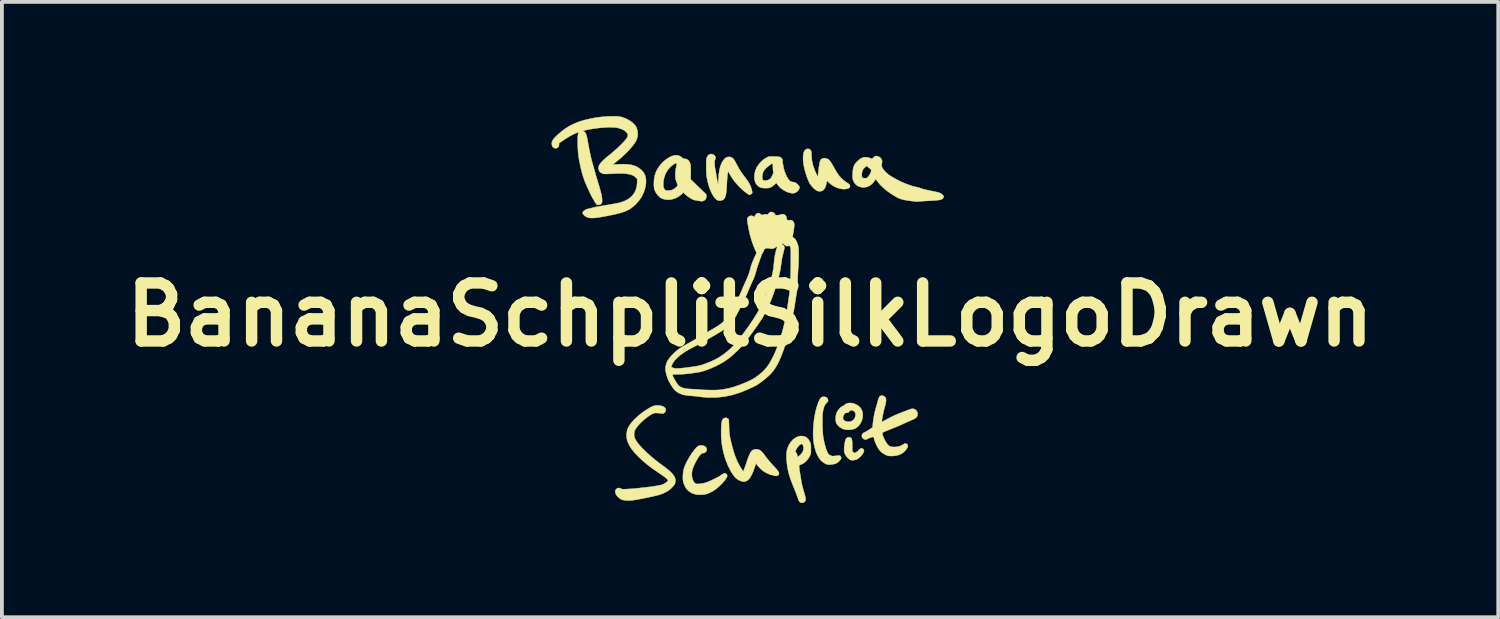
<source format=kicad_pcb>
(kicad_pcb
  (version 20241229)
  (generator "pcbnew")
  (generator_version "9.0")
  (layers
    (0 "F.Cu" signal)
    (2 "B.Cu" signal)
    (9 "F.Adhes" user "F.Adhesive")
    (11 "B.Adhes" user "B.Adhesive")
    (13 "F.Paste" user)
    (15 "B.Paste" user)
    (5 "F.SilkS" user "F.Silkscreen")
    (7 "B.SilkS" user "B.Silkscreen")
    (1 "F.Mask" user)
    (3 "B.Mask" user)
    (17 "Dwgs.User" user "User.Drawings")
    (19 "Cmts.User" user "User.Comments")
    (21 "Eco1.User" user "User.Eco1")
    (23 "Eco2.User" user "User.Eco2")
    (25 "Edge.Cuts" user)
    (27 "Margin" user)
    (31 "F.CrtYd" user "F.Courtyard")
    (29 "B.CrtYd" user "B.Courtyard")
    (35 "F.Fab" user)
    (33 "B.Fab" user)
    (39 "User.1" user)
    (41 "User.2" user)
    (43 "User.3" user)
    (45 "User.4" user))
  (footprint "BananaSchplitSilkLogoDrawn"
    (layer "F.Cu")
    (at 16.662 5.221)
    (property "Reference" "BananaSchplitSilkLogoDrawn" (at 0 0 0) (layer "F.SilkS") (effects (font (size 1.524 1.524) (thickness 0.3))))
    (attr through_hole)
    (fp_poly (pts (xy 2.622 3.223) (xy 2.646 3.231) (xy 2.664 3.248) (xy 2.675 3.276) (xy 2.682 3.318) (xy 2.686 3.375) (xy 2.687 3.437) (xy 2.687 3.588) (xy 2.716 3.613) (xy 2.744 3.637) (xy 2.782 3.618) (xy 2.811 3.599) (xy 2.843 3.572) (xy 2.857 3.558) (xy 2.883 3.533) (xy 2.906 3.515) (xy 2.917 3.51) (xy 2.943 3.511) (xy 2.97 3.526) (xy 2.989 3.551) (xy 2.995 3.571) (xy 2.991 3.6) (xy 2.972 3.637) (xy 2.944 3.678) (xy 2.909 3.719) (xy 2.87 3.757) (xy 2.831 3.787) (xy 2.796 3.806) (xy 2.788 3.809) (xy 2.733 3.821) (xy 2.693 3.827) (xy 2.661 3.824) (xy 2.632 3.814) (xy 2.61 3.801) (xy 2.558 3.757) (xy 2.514 3.697) (xy 2.484 3.635) (xy 2.476 3.608) (xy 2.472 3.579) (xy 2.471 3.542) (xy 2.474 3.496) (xy 2.48 3.436) (xy 2.49 3.36) (xy 2.491 3.358) (xy 2.504 3.297) (xy 2.524 3.255) (xy 2.552 3.229) (xy 2.589 3.221) (xy 2.591 3.221) (xy 2.622 3.223)) (stroke (width 0.01) (type solid)) (fill yes) (layer "F.SilkS"))
    (fp_poly (pts (xy 2.725 2.333) (xy 2.791 2.36) (xy 2.85 2.398) (xy 2.9 2.445) (xy 2.923 2.478) (xy 2.952 2.545) (xy 2.964 2.618) (xy 2.96 2.695) (xy 2.942 2.77) (xy 2.91 2.842) (xy 2.867 2.906) (xy 2.811 2.959) (xy 2.758 2.993) (xy 2.712 3.009) (xy 2.653 3.02) (xy 2.59 3.025) (xy 2.529 3.023) (xy 2.492 3.018) (xy 2.42 2.993) (xy 2.354 2.952) (xy 2.299 2.899) (xy 2.269 2.854) (xy 2.257 2.816) (xy 2.25 2.766) (xy 2.25 2.708) (xy 2.25 2.708) (xy 2.441 2.708) (xy 2.446 2.739) (xy 2.466 2.772) (xy 2.502 2.796) (xy 2.549 2.81) (xy 2.591 2.812) (xy 2.629 2.807) (xy 2.663 2.799) (xy 2.676 2.793) (xy 2.72 2.761) (xy 2.753 2.715) (xy 2.77 2.66) (xy 2.772 2.647) (xy 2.77 2.597) (xy 2.756 2.561) (xy 2.727 2.533) (xy 2.711 2.524) (xy 2.683 2.515) (xy 2.653 2.513) (xy 2.627 2.518) (xy 2.613 2.529) (xy 2.611 2.535) (xy 2.602 2.553) (xy 2.581 2.569) (xy 2.554 2.578) (xy 2.535 2.578) (xy 2.509 2.583) (xy 2.484 2.603) (xy 2.463 2.633) (xy 2.448 2.67) (xy 2.441 2.708) (xy 2.25 2.708) (xy 2.256 2.65) (xy 2.268 2.596) (xy 2.275 2.578) (xy 2.296 2.537) (xy 2.326 2.494) (xy 2.36 2.455) (xy 2.395 2.424) (xy 2.427 2.404) (xy 2.434 2.402) (xy 2.461 2.39) (xy 2.478 2.375) (xy 2.496 2.358) (xy 2.524 2.341) (xy 2.534 2.336) (xy 2.592 2.32) (xy 2.658 2.319) (xy 2.725 2.333)) (stroke (width 0.01) (type solid)) (fill yes) (layer "F.SilkS"))
    (fp_poly (pts (xy 1.953 2.156) (xy 1.999 2.167) (xy 2.029 2.189) (xy 2.046 2.225) (xy 2.049 2.238) (xy 2.051 2.26) (xy 2.047 2.277) (xy 2.033 2.296) (xy 2.008 2.321) (xy 1.977 2.358) (xy 1.953 2.403) (xy 1.934 2.458) (xy 1.918 2.528) (xy 1.909 2.588) (xy 1.905 2.632) (xy 1.903 2.692) (xy 1.902 2.764) (xy 1.902 2.843) (xy 1.904 2.926) (xy 1.907 3.007) (xy 1.911 3.082) (xy 1.915 3.148) (xy 1.92 3.19) (xy 1.931 3.263) (xy 1.947 3.341) (xy 1.966 3.419) (xy 1.987 3.493) (xy 2.008 3.556) (xy 2.027 3.602) (xy 2.046 3.64) (xy 2.063 3.664) (xy 2.081 3.681) (xy 2.106 3.695) (xy 2.11 3.697) (xy 2.136 3.708) (xy 2.158 3.714) (xy 2.182 3.715) (xy 2.216 3.712) (xy 2.245 3.709) (xy 2.293 3.703) (xy 2.325 3.7) (xy 2.346 3.7) (xy 2.359 3.703) (xy 2.369 3.71) (xy 2.377 3.719) (xy 2.394 3.743) (xy 2.396 3.77) (xy 2.381 3.801) (xy 2.35 3.84) (xy 2.348 3.843) (xy 2.307 3.881) (xy 2.263 3.907) (xy 2.211 3.925) (xy 2.145 3.935) (xy 2.113 3.938) (xy 2.07 3.94) (xy 2.039 3.938) (xy 2.012 3.93) (xy 1.984 3.918) (xy 1.909 3.872) (xy 1.845 3.812) (xy 1.792 3.736) (xy 1.747 3.642) (xy 1.728 3.59) (xy 1.699 3.492) (xy 1.678 3.396) (xy 1.664 3.298) (xy 1.657 3.194) (xy 1.657 3.079) (xy 1.663 2.951) (xy 1.667 2.905) (xy 1.68 2.772) (xy 1.701 2.642) (xy 1.727 2.518) (xy 1.759 2.404) (xy 1.794 2.305) (xy 1.819 2.249) (xy 1.845 2.202) (xy 1.872 2.173) (xy 1.903 2.158) (xy 1.943 2.156) (xy 1.953 2.156)) (stroke (width 0.01) (type solid)) (fill yes) (layer "F.SilkS"))
    (fp_poly (pts (xy -1.227 3.441) (xy -1.182 3.46) (xy -1.152 3.492) (xy -1.139 3.533) (xy -1.138 3.547) (xy -1.147 3.584) (xy -1.172 3.614) (xy -1.207 3.633) (xy -1.233 3.637) (xy -1.264 3.644) (xy -1.293 3.665) (xy -1.297 3.67) (xy -1.338 3.72) (xy -1.381 3.784) (xy -1.422 3.856) (xy -1.46 3.933) (xy -1.492 4.008) (xy -1.516 4.076) (xy -1.525 4.116) (xy -1.531 4.185) (xy -1.527 4.253) (xy -1.513 4.317) (xy -1.491 4.371) (xy -1.461 4.413) (xy -1.44 4.431) (xy -1.419 4.442) (xy -1.396 4.447) (xy -1.366 4.447) (xy -1.336 4.445) (xy -1.263 4.436) (xy -1.2 4.423) (xy -1.138 4.404) (xy -1.108 4.392) (xy -1.067 4.375) (xy -1.017 4.353) (xy -0.964 4.328) (xy -0.911 4.302) (xy -0.862 4.277) (xy -0.82 4.254) (xy -0.79 4.237) (xy -0.778 4.228) (xy -0.746 4.204) (xy -0.711 4.183) (xy -0.679 4.169) (xy -0.662 4.166) (xy -0.634 4.175) (xy -0.612 4.197) (xy -0.6 4.225) (xy -0.599 4.232) (xy -0.607 4.263) (xy -0.629 4.303) (xy -0.663 4.351) (xy -0.706 4.402) (xy -0.756 4.456) (xy -0.81 4.508) (xy -0.867 4.558) (xy -0.924 4.601) (xy -0.978 4.636) (xy -0.979 4.637) (xy -1.053 4.676) (xy -1.119 4.704) (xy -1.183 4.721) (xy -1.251 4.729) (xy -1.28 4.731) (xy -1.344 4.732) (xy -1.394 4.728) (xy -1.439 4.72) (xy -1.453 4.717) (xy -1.538 4.685) (xy -1.61 4.639) (xy -1.67 4.578) (xy -1.716 4.501) (xy -1.752 4.408) (xy -1.753 4.404) (xy -1.762 4.357) (xy -1.766 4.296) (xy -1.765 4.227) (xy -1.76 4.157) (xy -1.75 4.092) (xy -1.743 4.059) (xy -1.721 3.992) (xy -1.687 3.914) (xy -1.645 3.83) (xy -1.596 3.744) (xy -1.543 3.661) (xy -1.489 3.584) (xy -1.448 3.533) (xy -1.408 3.489) (xy -1.375 3.46) (xy -1.344 3.443) (xy -1.311 3.435) (xy -1.285 3.434) (xy -1.227 3.441)) (stroke (width 0.01) (type solid)) (fill yes) (layer "F.SilkS"))
    (fp_poly (pts (xy 1.552 -4.356) (xy 1.574 -4.343) (xy 1.589 -4.327) (xy 1.601 -4.312) (xy 1.608 -4.297) (xy 1.613 -4.277) (xy 1.615 -4.247) (xy 1.615 -4.203) (xy 1.615 -4.186) (xy 1.625 -4.058) (xy 1.654 -3.926) (xy 1.702 -3.79) (xy 1.751 -3.683) (xy 1.782 -3.622) (xy 1.79 -3.713) (xy 1.797 -3.778) (xy 1.805 -3.844) (xy 1.814 -3.908) (xy 1.824 -3.966) (xy 1.833 -4.012) (xy 1.842 -4.044) (xy 1.844 -4.049) (xy 1.869 -4.087) (xy 1.906 -4.109) (xy 1.953 -4.116) (xy 2.007 -4.107) (xy 2.035 -4.096) (xy 2.053 -4.087) (xy 2.071 -4.074) (xy 2.088 -4.056) (xy 2.108 -4.031) (xy 2.131 -3.996) (xy 2.16 -3.949) (xy 2.195 -3.889) (xy 2.233 -3.82) (xy 2.286 -3.731) (xy 2.337 -3.658) (xy 2.39 -3.597) (xy 2.448 -3.542) (xy 2.516 -3.491) (xy 2.558 -3.464) (xy 2.6 -3.433) (xy 2.623 -3.406) (xy 2.629 -3.38) (xy 2.62 -3.352) (xy 2.617 -3.348) (xy 2.596 -3.327) (xy 2.573 -3.317) (xy 2.541 -3.31) (xy 2.514 -3.303) (xy 2.49 -3.301) (xy 2.452 -3.302) (xy 2.407 -3.305) (xy 2.397 -3.307) (xy 2.307 -3.328) (xy 2.217 -3.367) (xy 2.134 -3.42) (xy 2.08 -3.466) (xy 2.051 -3.494) (xy 2.033 -3.509) (xy 2.024 -3.513) (xy 2.019 -3.507) (xy 2.017 -3.502) (xy 2.005 -3.443) (xy 1.994 -3.4) (xy 1.984 -3.368) (xy 1.973 -3.342) (xy 1.964 -3.324) (xy 1.928 -3.278) (xy 1.883 -3.251) (xy 1.832 -3.241) (xy 1.777 -3.251) (xy 1.75 -3.262) (xy 1.716 -3.285) (xy 1.676 -3.32) (xy 1.635 -3.362) (xy 1.598 -3.407) (xy 1.569 -3.448) (xy 1.561 -3.462) (xy 1.523 -3.546) (xy 1.487 -3.641) (xy 1.455 -3.742) (xy 1.428 -3.842) (xy 1.408 -3.938) (xy 1.397 -4.023) (xy 1.395 -4.044) (xy 1.393 -4.135) (xy 1.398 -4.209) (xy 1.411 -4.267) (xy 1.432 -4.309) (xy 1.444 -4.325) (xy 1.47 -4.347) (xy 1.495 -4.357) (xy 1.52 -4.359) (xy 1.552 -4.356)) (stroke (width 0.01) (type solid)) (fill yes) (layer "F.SilkS"))
    (fp_poly (pts (xy 1.419 3.195) (xy 1.476 3.22) (xy 1.524 3.262) (xy 1.564 3.323) (xy 1.574 3.343) (xy 1.585 3.368) (xy 1.593 3.392) (xy 1.597 3.418) (xy 1.599 3.453) (xy 1.6 3.501) (xy 1.6 3.526) (xy 1.6 3.579) (xy 1.599 3.618) (xy 1.595 3.646) (xy 1.589 3.67) (xy 1.579 3.695) (xy 1.567 3.721) (xy 1.525 3.789) (xy 1.473 3.85) (xy 1.414 3.899) (xy 1.352 3.932) (xy 1.351 3.932) (xy 1.288 3.956) (xy 1.294 4.029) (xy 1.299 4.077) (xy 1.307 4.134) (xy 1.315 4.182) (xy 1.323 4.228) (xy 1.332 4.285) (xy 1.342 4.344) (xy 1.346 4.374) (xy 1.356 4.427) (xy 1.37 4.491) (xy 1.388 4.559) (xy 1.406 4.624) (xy 1.409 4.633) (xy 1.432 4.71) (xy 1.448 4.77) (xy 1.458 4.816) (xy 1.461 4.852) (xy 1.458 4.878) (xy 1.45 4.899) (xy 1.441 4.911) (xy 1.41 4.934) (xy 1.372 4.944) (xy 1.334 4.941) (xy 1.325 4.937) (xy 1.301 4.917) (xy 1.279 4.881) (xy 1.258 4.828) (xy 1.25 4.803) (xy 1.239 4.771) (xy 1.222 4.725) (xy 1.201 4.67) (xy 1.178 4.612) (xy 1.168 4.587) (xy 1.121 4.472) (xy 1.083 4.373) (xy 1.052 4.284) (xy 1.027 4.205) (xy 1.007 4.13) (xy 0.991 4.057) (xy 0.978 3.982) (xy 0.971 3.929) (xy 0.958 3.808) (xy 0.955 3.703) (xy 0.96 3.614) (xy 0.964 3.594) (xy 1.193 3.594) (xy 1.199 3.613) (xy 1.213 3.63) (xy 1.233 3.657) (xy 1.239 3.691) (xy 1.24 3.699) (xy 1.24 3.741) (xy 1.267 3.723) (xy 1.295 3.704) (xy 1.323 3.681) (xy 1.324 3.679) (xy 1.347 3.654) (xy 1.371 3.621) (xy 1.38 3.607) (xy 1.4 3.555) (xy 1.406 3.498) (xy 1.395 3.444) (xy 1.388 3.426) (xy 1.374 3.404) (xy 1.36 3.397) (xy 1.348 3.399) (xy 1.315 3.414) (xy 1.286 3.438) (xy 1.255 3.475) (xy 1.239 3.498) (xy 1.212 3.54) (xy 1.197 3.571) (xy 1.193 3.594) (xy 0.964 3.594) (xy 0.975 3.538) (xy 0.981 3.518) (xy 1.019 3.427) (xy 1.068 3.348) (xy 1.125 3.284) (xy 1.19 3.234) (xy 1.26 3.202) (xy 1.333 3.187) (xy 1.351 3.187) (xy 1.419 3.195)) (stroke (width 0.01) (type solid)) (fill yes) (layer "F.SilkS"))
    (fp_poly (pts (xy -0.985 -4.219) (xy -0.943 -4.195) (xy -0.933 -4.186) (xy -0.91 -4.152) (xy -0.906 -4.116) (xy -0.92 -4.073) (xy -0.921 -4.072) (xy -0.929 -4.051) (xy -0.933 -4.026) (xy -0.933 -3.991) (xy -0.931 -3.948) (xy -0.927 -3.902) (xy -0.922 -3.859) (xy -0.916 -3.827) (xy -0.915 -3.82) (xy -0.909 -3.795) (xy -0.902 -3.756) (xy -0.894 -3.709) (xy -0.889 -3.678) (xy -0.88 -3.623) (xy -0.87 -3.565) (xy -0.86 -3.514) (xy -0.855 -3.495) (xy -0.837 -3.419) (xy -0.83 -3.571) (xy -0.82 -3.7) (xy -0.804 -3.812) (xy -0.779 -3.907) (xy -0.747 -3.988) (xy -0.706 -4.055) (xy -0.678 -4.089) (xy -0.649 -4.118) (xy -0.622 -4.134) (xy -0.59 -4.144) (xy -0.584 -4.145) (xy -0.548 -4.149) (xy -0.52 -4.146) (xy -0.492 -4.134) (xy -0.469 -4.123) (xy -0.451 -4.111) (xy -0.435 -4.095) (xy -0.419 -4.072) (xy -0.399 -4.04) (xy -0.375 -3.994) (xy -0.356 -3.958) (xy -0.313 -3.878) (xy -0.271 -3.806) (xy -0.225 -3.737) (xy -0.172 -3.663) (xy -0.118 -3.593) (xy -0.057 -3.509) (xy -0.011 -3.432) (xy 0.022 -3.358) (xy 0.045 -3.283) (xy 0.054 -3.244) (xy 0.058 -3.22) (xy 0.056 -3.204) (xy 0.05 -3.191) (xy 0.043 -3.181) (xy 0.015 -3.157) (xy -0.018 -3.152) (xy -0.051 -3.166) (xy -0.06 -3.173) (xy -0.086 -3.194) (xy -0.118 -3.217) (xy -0.127 -3.223) (xy -0.149 -3.239) (xy -0.181 -3.267) (xy -0.22 -3.302) (xy -0.262 -3.341) (xy -0.275 -3.354) (xy -0.385 -3.474) (xy -0.481 -3.606) (xy -0.541 -3.706) (xy -0.576 -3.77) (xy -0.589 -3.708) (xy -0.593 -3.678) (xy -0.597 -3.632) (xy -0.602 -3.575) (xy -0.606 -3.51) (xy -0.61 -3.442) (xy -0.61 -3.435) (xy -0.615 -3.333) (xy -0.622 -3.249) (xy -0.631 -3.181) (xy -0.642 -3.128) (xy -0.656 -3.086) (xy -0.674 -3.054) (xy -0.695 -3.031) (xy -0.714 -3.017) (xy -0.757 -3.001) (xy -0.806 -2.998) (xy -0.853 -3.008) (xy -0.869 -3.016) (xy -0.914 -3.053) (xy -0.958 -3.108) (xy -1 -3.179) (xy -1.039 -3.263) (xy -1.075 -3.358) (xy -1.105 -3.462) (xy -1.13 -3.571) (xy -1.138 -3.622) (xy -1.145 -3.669) (xy -1.149 -3.718) (xy -1.151 -3.774) (xy -1.153 -3.842) (xy -1.153 -3.891) (xy -1.153 -3.962) (xy -1.152 -4.015) (xy -1.15 -4.055) (xy -1.147 -4.085) (xy -1.143 -4.108) (xy -1.137 -4.128) (xy -1.133 -4.14) (xy -1.106 -4.185) (xy -1.07 -4.213) (xy -1.028 -4.225) (xy -0.985 -4.219)) (stroke (width 0.01) (type solid)) (fill yes) (layer "F.SilkS"))
    (fp_poly (pts (xy -0.625 2.71) (xy -0.606 2.717) (xy -0.581 2.73) (xy -0.564 2.743) (xy -0.563 2.745) (xy -0.56 2.759) (xy -0.557 2.79) (xy -0.555 2.834) (xy -0.553 2.887) (xy -0.552 2.931) (xy -0.55 3.007) (xy -0.546 3.073) (xy -0.54 3.135) (xy -0.531 3.197) (xy -0.518 3.264) (xy -0.5 3.341) (xy -0.477 3.432) (xy -0.477 3.433) (xy -0.452 3.525) (xy -0.43 3.602) (xy -0.408 3.671) (xy -0.384 3.736) (xy -0.356 3.803) (xy -0.341 3.84) (xy -0.319 3.887) (xy -0.293 3.935) (xy -0.266 3.983) (xy -0.24 4.027) (xy -0.215 4.065) (xy -0.194 4.093) (xy -0.179 4.108) (xy -0.173 4.109) (xy -0.168 4.097) (xy -0.157 4.068) (xy -0.142 4.027) (xy -0.124 3.975) (xy -0.105 3.917) (xy -0.101 3.907) (xy -0.069 3.81) (xy -0.04 3.732) (xy -0.014 3.67) (xy 0.011 3.622) (xy 0.035 3.587) (xy 0.061 3.562) (xy 0.09 3.547) (xy 0.122 3.538) (xy 0.16 3.536) (xy 0.166 3.536) (xy 0.206 3.539) (xy 0.243 3.552) (xy 0.279 3.575) (xy 0.318 3.611) (xy 0.36 3.661) (xy 0.403 3.719) (xy 0.444 3.772) (xy 0.491 3.831) (xy 0.538 3.887) (xy 0.576 3.929) (xy 0.637 3.994) (xy 0.685 4.046) (xy 0.72 4.089) (xy 0.743 4.123) (xy 0.757 4.15) (xy 0.761 4.173) (xy 0.757 4.194) (xy 0.747 4.213) (xy 0.746 4.214) (xy 0.723 4.23) (xy 0.688 4.237) (xy 0.646 4.233) (xy 0.606 4.221) (xy 0.576 4.211) (xy 0.551 4.206) (xy 0.548 4.206) (xy 0.53 4.202) (xy 0.499 4.19) (xy 0.46 4.172) (xy 0.43 4.158) (xy 0.374 4.128) (xy 0.33 4.097) (xy 0.288 4.061) (xy 0.266 4.039) (xy 0.233 4.004) (xy 0.204 3.972) (xy 0.182 3.946) (xy 0.176 3.938) (xy 0.155 3.908) (xy 0.122 4.009) (xy 0.083 4.117) (xy 0.044 4.206) (xy 0.004 4.276) (xy -0.037 4.328) (xy -0.08 4.362) (xy -0.117 4.378) (xy -0.143 4.385) (xy -0.162 4.387) (xy -0.181 4.386) (xy -0.208 4.38) (xy -0.234 4.373) (xy -0.299 4.347) (xy -0.361 4.304) (xy -0.419 4.244) (xy -0.475 4.164) (xy -0.49 4.14) (xy -0.578 3.973) (xy -0.649 3.794) (xy -0.703 3.607) (xy -0.74 3.412) (xy -0.759 3.212) (xy -0.76 3.006) (xy -0.752 2.883) (xy -0.745 2.823) (xy -0.735 2.78) (xy -0.721 2.751) (xy -0.7 2.73) (xy -0.675 2.717) (xy -0.648 2.708) (xy -0.625 2.71)) (stroke (width 0.01) (type solid)) (fill yes) (layer "F.SilkS"))
    (fp_poly (pts (xy 0.579 -4.159) (xy 0.651 -4.157) (xy 0.705 -4.155) (xy 0.745 -4.152) (xy 0.773 -4.148) (xy 0.793 -4.142) (xy 0.807 -4.135) (xy 0.813 -4.13) (xy 0.843 -4.094) (xy 0.857 -4.057) (xy 0.853 -4.028) (xy 0.845 -4.004) (xy 0.845 -3.995) (xy 0.852 -3.997) (xy 0.857 -3.991) (xy 0.863 -3.969) (xy 0.868 -3.937) (xy 0.882 -3.854) (xy 0.908 -3.766) (xy 0.942 -3.679) (xy 0.982 -3.601) (xy 1.011 -3.555) (xy 1.032 -3.53) (xy 1.053 -3.512) (xy 1.078 -3.499) (xy 1.114 -3.489) (xy 1.163 -3.48) (xy 1.195 -3.468) (xy 1.229 -3.445) (xy 1.261 -3.415) (xy 1.286 -3.384) (xy 1.3 -3.355) (xy 1.3 -3.347) (xy 1.291 -3.305) (xy 1.266 -3.265) (xy 1.23 -3.23) (xy 1.186 -3.204) (xy 1.14 -3.192) (xy 1.126 -3.191) (xy 1.095 -3.194) (xy 1.058 -3.201) (xy 1.041 -3.205) (xy 0.997 -3.217) (xy 0.96 -3.231) (xy 0.924 -3.249) (xy 0.882 -3.274) (xy 0.852 -3.293) (xy 0.782 -3.348) (xy 0.725 -3.414) (xy 0.694 -3.463) (xy 0.687 -3.458) (xy 0.669 -3.443) (xy 0.651 -3.425) (xy 0.617 -3.396) (xy 0.577 -3.367) (xy 0.557 -3.356) (xy 0.529 -3.342) (xy 0.505 -3.334) (xy 0.477 -3.33) (xy 0.439 -3.328) (xy 0.401 -3.327) (xy 0.336 -3.33) (xy 0.285 -3.339) (xy 0.245 -3.356) (xy 0.208 -3.384) (xy 0.183 -3.41) (xy 0.152 -3.451) (xy 0.132 -3.495) (xy 0.12 -3.547) (xy 0.114 -3.602) (xy 0.115 -3.618) (xy 0.32 -3.618) (xy 0.324 -3.577) (xy 0.334 -3.546) (xy 0.349 -3.532) (xy 0.38 -3.526) (xy 0.42 -3.528) (xy 0.46 -3.535) (xy 0.486 -3.545) (xy 0.516 -3.563) (xy 0.539 -3.583) (xy 0.56 -3.612) (xy 0.582 -3.654) (xy 0.587 -3.665) (xy 0.604 -3.703) (xy 0.611 -3.729) (xy 0.611 -3.752) (xy 0.609 -3.767) (xy 0.604 -3.796) (xy 0.601 -3.836) (xy 0.6 -3.881) (xy 0.6 -3.889) (xy 0.599 -3.935) (xy 0.594 -3.962) (xy 0.583 -3.971) (xy 0.564 -3.965) (xy 0.534 -3.945) (xy 0.521 -3.935) (xy 0.459 -3.886) (xy 0.411 -3.843) (xy 0.377 -3.804) (xy 0.352 -3.764) (xy 0.336 -3.721) (xy 0.325 -3.672) (xy 0.324 -3.667) (xy 0.32 -3.618) (xy 0.115 -3.618) (xy 0.118 -3.699) (xy 0.139 -3.792) (xy 0.18 -3.881) (xy 0.24 -3.967) (xy 0.275 -4.007) (xy 0.343 -4.07) (xy 0.414 -4.118) (xy 0.418 -4.12) (xy 0.456 -4.14) (xy 0.484 -4.152) (xy 0.512 -4.157) (xy 0.545 -4.159) (xy 0.579 -4.159)) (stroke (width 0.01) (type solid)) (fill yes) (layer "F.SilkS"))
    (fp_poly (pts (xy -1.909 -4.191) (xy -1.878 -4.183) (xy -1.844 -4.168) (xy -1.813 -4.151) (xy -1.789 -4.133) (xy -1.778 -4.117) (xy -1.778 -4.116) (xy -1.769 -4.11) (xy -1.745 -4.104) (xy -1.726 -4.1) (xy -1.674 -4.09) (xy -1.637 -4.073) (xy -1.609 -4.045) (xy -1.587 -4.005) (xy -1.577 -3.984) (xy -1.57 -3.965) (xy -1.565 -3.945) (xy -1.562 -3.919) (xy -1.56 -3.885) (xy -1.559 -3.838) (xy -1.559 -3.776) (xy -1.559 -3.751) (xy -1.558 -3.556) (xy -1.409 -3.411) (xy -1.36 -3.363) (xy -1.311 -3.316) (xy -1.267 -3.274) (xy -1.231 -3.239) (xy -1.205 -3.216) (xy -1.204 -3.215) (xy -1.176 -3.188) (xy -1.159 -3.169) (xy -1.151 -3.15) (xy -1.148 -3.128) (xy -1.148 -3.112) (xy -1.156 -3.06) (xy -1.179 -3.021) (xy -1.218 -2.995) (xy -1.26 -2.983) (xy -1.276 -2.983) (xy -1.307 -2.987) (xy -1.347 -2.993) (xy -1.372 -2.997) (xy -1.416 -3.005) (xy -1.454 -3.012) (xy -1.481 -3.019) (xy -1.488 -3.021) (xy -1.525 -3.038) (xy -1.57 -3.064) (xy -1.617 -3.095) (xy -1.661 -3.127) (xy -1.696 -3.155) (xy -1.707 -3.167) (xy -1.749 -3.211) (xy -1.806 -3.16) (xy -1.887 -3.099) (xy -1.975 -3.055) (xy -2.066 -3.029) (xy -2.158 -3.021) (xy -2.218 -3.027) (xy -2.26 -3.036) (xy -2.301 -3.048) (xy -2.326 -3.058) (xy -2.375 -3.091) (xy -2.424 -3.139) (xy -2.467 -3.195) (xy -2.49 -3.237) (xy -2.506 -3.271) (xy -2.516 -3.301) (xy -2.522 -3.334) (xy -2.526 -3.376) (xy -2.528 -3.407) (xy -2.527 -3.449) (xy -2.28 -3.449) (xy -2.279 -3.401) (xy -2.277 -3.367) (xy -2.27 -3.341) (xy -2.259 -3.316) (xy -2.258 -3.315) (xy -2.241 -3.289) (xy -2.224 -3.272) (xy -2.218 -3.268) (xy -2.174 -3.263) (xy -2.122 -3.264) (xy -2.073 -3.272) (xy -2.045 -3.281) (xy -1.994 -3.309) (xy -1.949 -3.342) (xy -1.918 -3.376) (xy -1.915 -3.379) (xy -1.908 -3.393) (xy -1.905 -3.406) (xy -1.908 -3.424) (xy -1.918 -3.453) (xy -1.931 -3.488) (xy -1.946 -3.528) (xy -1.956 -3.56) (xy -1.961 -3.593) (xy -1.964 -3.632) (xy -1.964 -3.683) (xy -1.961 -3.764) (xy -1.953 -3.829) (xy -1.946 -3.861) (xy -1.936 -3.9) (xy -1.929 -3.936) (xy -1.926 -3.957) (xy -1.929 -3.977) (xy -1.94 -3.984) (xy -1.961 -3.979) (xy -1.994 -3.961) (xy -2.016 -3.948) (xy -2.094 -3.885) (xy -2.16 -3.808) (xy -2.214 -3.719) (xy -2.252 -3.622) (xy -2.275 -3.52) (xy -2.28 -3.449) (xy -2.527 -3.449) (xy -2.525 -3.535) (xy -2.507 -3.652) (xy -2.472 -3.756) (xy -2.458 -3.785) (xy -2.409 -3.869) (xy -2.35 -3.947) (xy -2.283 -4.018) (xy -2.212 -4.079) (xy -2.138 -4.129) (xy -2.064 -4.165) (xy -1.992 -4.187) (xy -1.925 -4.192) (xy -1.909 -4.191)) (stroke (width 0.01) (type solid)) (fill yes) (layer "F.SilkS"))
    (fp_poly (pts (xy 3.525 2.143) (xy 3.537 2.152) (xy 3.561 2.182) (xy 3.573 2.221) (xy 3.574 2.271) (xy 3.563 2.334) (xy 3.553 2.373) (xy 3.535 2.439) (xy 3.518 2.507) (xy 3.502 2.575) (xy 3.489 2.639) (xy 3.478 2.698) (xy 3.47 2.747) (xy 3.465 2.785) (xy 3.465 2.808) (xy 3.469 2.814) (xy 3.48 2.81) (xy 3.504 2.797) (xy 3.538 2.779) (xy 3.564 2.765) (xy 3.661 2.712) (xy 3.747 2.669) (xy 3.828 2.632) (xy 3.908 2.598) (xy 3.94 2.586) (xy 3.997 2.564) (xy 4.058 2.541) (xy 4.114 2.519) (xy 4.148 2.505) (xy 4.206 2.484) (xy 4.251 2.472) (xy 4.287 2.471) (xy 4.318 2.479) (xy 4.335 2.489) (xy 4.375 2.522) (xy 4.397 2.565) (xy 4.402 2.603) (xy 4.4 2.641) (xy 4.391 2.672) (xy 4.372 2.698) (xy 4.342 2.722) (xy 4.298 2.747) (xy 4.238 2.773) (xy 4.212 2.783) (xy 4.168 2.802) (xy 4.115 2.826) (xy 4.061 2.851) (xy 4.036 2.863) (xy 3.997 2.881) (xy 3.944 2.905) (xy 3.88 2.932) (xy 3.81 2.961) (xy 3.738 2.99) (xy 3.706 3.003) (xy 3.633 3.032) (xy 3.578 3.054) (xy 3.537 3.071) (xy 3.508 3.085) (xy 3.49 3.095) (xy 3.48 3.104) (xy 3.475 3.112) (xy 3.475 3.117) (xy 3.479 3.143) (xy 3.492 3.182) (xy 3.51 3.227) (xy 3.531 3.274) (xy 3.554 3.318) (xy 3.57 3.345) (xy 3.606 3.398) (xy 3.64 3.434) (xy 3.676 3.458) (xy 3.717 3.47) (xy 3.77 3.476) (xy 3.787 3.476) (xy 3.857 3.472) (xy 3.925 3.458) (xy 3.985 3.434) (xy 4.026 3.408) (xy 4.062 3.387) (xy 4.096 3.386) (xy 4.123 3.399) (xy 4.142 3.423) (xy 4.145 3.455) (xy 4.134 3.492) (xy 4.111 3.532) (xy 4.078 3.573) (xy 4.037 3.612) (xy 3.99 3.647) (xy 3.937 3.675) (xy 3.905 3.687) (xy 3.852 3.7) (xy 3.789 3.71) (xy 3.724 3.714) (xy 3.666 3.713) (xy 3.629 3.708) (xy 3.583 3.693) (xy 3.53 3.666) (xy 3.478 3.632) (xy 3.443 3.604) (xy 3.405 3.563) (xy 3.366 3.507) (xy 3.329 3.441) (xy 3.296 3.37) (xy 3.27 3.3) (xy 3.262 3.272) (xy 3.254 3.241) (xy 3.248 3.219) (xy 3.246 3.213) (xy 3.235 3.211) (xy 3.211 3.215) (xy 3.179 3.224) (xy 3.143 3.237) (xy 3.109 3.252) (xy 3.081 3.267) (xy 3.043 3.281) (xy 3.003 3.276) (xy 2.967 3.253) (xy 2.966 3.252) (xy 2.942 3.216) (xy 2.937 3.177) (xy 2.947 3.141) (xy 2.974 3.11) (xy 3.004 3.094) (xy 3.024 3.084) (xy 3.057 3.066) (xy 3.096 3.042) (xy 3.126 3.023) (xy 3.219 2.962) (xy 3.226 2.881) (xy 3.235 2.798) (xy 3.248 2.707) (xy 3.266 2.614) (xy 3.285 2.528) (xy 3.304 2.459) (xy 3.321 2.402) (xy 3.339 2.338) (xy 3.355 2.278) (xy 3.358 2.266) (xy 3.374 2.213) (xy 3.388 2.177) (xy 3.402 2.153) (xy 3.409 2.146) (xy 3.446 2.126) (xy 3.485 2.125) (xy 3.525 2.143)) (stroke (width 0.01) (type solid)) (fill yes) (layer "F.SilkS"))
    (fp_poly (pts (xy 3.332 -4.169) (xy 3.389 -4.152) (xy 3.43 -4.122) (xy 3.442 -4.107) (xy 3.46 -4.077) (xy 3.469 -4.05) (xy 3.47 -4.018) (xy 3.464 -3.978) (xy 3.458 -3.938) (xy 3.459 -3.909) (xy 3.466 -3.884) (xy 3.467 -3.88) (xy 3.499 -3.825) (xy 3.545 -3.768) (xy 3.602 -3.713) (xy 3.638 -3.684) (xy 3.681 -3.655) (xy 3.737 -3.62) (xy 3.802 -3.583) (xy 3.87 -3.546) (xy 3.937 -3.511) (xy 3.996 -3.483) (xy 4.034 -3.467) (xy 4.119 -3.433) (xy 4.19 -3.407) (xy 4.248 -3.387) (xy 4.296 -3.372) (xy 4.338 -3.362) (xy 4.364 -3.357) (xy 4.409 -3.347) (xy 4.454 -3.335) (xy 4.488 -3.323) (xy 4.491 -3.322) (xy 4.51 -3.315) (xy 4.534 -3.307) (xy 4.566 -3.298) (xy 4.607 -3.288) (xy 4.66 -3.276) (xy 4.727 -3.261) (xy 4.81 -3.244) (xy 4.868 -3.232) (xy 4.923 -3.22) (xy 4.963 -3.209) (xy 4.991 -3.199) (xy 5.014 -3.188) (xy 5.036 -3.173) (xy 5.043 -3.166) (xy 5.076 -3.134) (xy 5.09 -3.106) (xy 5.085 -3.078) (xy 5.072 -3.061) (xy 5.058 -3.047) (xy 5.04 -3.035) (xy 5.016 -3.026) (xy 4.985 -3.018) (xy 4.943 -3.011) (xy 4.889 -3.006) (xy 4.821 -3.001) (xy 4.735 -2.996) (xy 4.699 -2.994) (xy 4.626 -2.99) (xy 4.559 -2.986) (xy 4.501 -2.982) (xy 4.455 -2.979) (xy 4.423 -2.976) (xy 4.409 -2.974) (xy 4.409 -2.974) (xy 4.388 -2.972) (xy 4.369 -2.973) (xy 4.347 -2.976) (xy 4.312 -2.98) (xy 4.269 -2.985) (xy 4.252 -2.987) (xy 4.161 -2.999) (xy 4.085 -3.011) (xy 4.022 -3.024) (xy 3.967 -3.039) (xy 3.915 -3.059) (xy 3.863 -3.084) (xy 3.806 -3.116) (xy 3.78 -3.131) (xy 3.68 -3.196) (xy 3.584 -3.266) (xy 3.498 -3.339) (xy 3.423 -3.412) (xy 3.364 -3.482) (xy 3.353 -3.497) (xy 3.305 -3.565) (xy 3.262 -3.504) (xy 3.206 -3.438) (xy 3.141 -3.389) (xy 3.07 -3.358) (xy 2.995 -3.345) (xy 2.958 -3.346) (xy 2.88 -3.362) (xy 2.814 -3.393) (xy 2.761 -3.44) (xy 2.722 -3.501) (xy 2.713 -3.522) (xy 2.703 -3.55) (xy 2.697 -3.577) (xy 2.694 -3.606) (xy 2.693 -3.645) (xy 2.695 -3.682) (xy 2.936 -3.682) (xy 2.938 -3.638) (xy 2.945 -3.61) (xy 2.96 -3.594) (xy 2.987 -3.588) (xy 3.019 -3.587) (xy 3.048 -3.588) (xy 3.069 -3.596) (xy 3.09 -3.613) (xy 3.104 -3.628) (xy 3.131 -3.664) (xy 3.157 -3.705) (xy 3.166 -3.723) (xy 3.182 -3.769) (xy 3.182 -3.804) (xy 3.166 -3.831) (xy 3.139 -3.848) (xy 3.113 -3.866) (xy 3.095 -3.886) (xy 3.094 -3.889) (xy 3.086 -3.904) (xy 3.076 -3.91) (xy 3.061 -3.904) (xy 3.036 -3.886) (xy 3.027 -3.879) (xy 2.981 -3.835) (xy 2.952 -3.783) (xy 2.938 -3.721) (xy 2.936 -3.682) (xy 2.695 -3.682) (xy 2.695 -3.698) (xy 2.695 -3.703) (xy 2.701 -3.785) (xy 2.711 -3.851) (xy 2.728 -3.906) (xy 2.753 -3.954) (xy 2.788 -4) (xy 2.806 -4.019) (xy 2.872 -4.079) (xy 2.936 -4.119) (xy 3.001 -4.14) (xy 3.066 -4.141) (xy 3.134 -4.124) (xy 3.139 -4.122) (xy 3.204 -4.096) (xy 3.249 -4.136) (xy 3.277 -4.158) (xy 3.297 -4.169) (xy 3.316 -4.172) (xy 3.332 -4.169)) (stroke (width 0.01) (type solid)) (fill yes) (layer "F.SilkS"))
    (fp_poly (pts (xy -2.373 2.388) (xy -2.314 2.4) (xy -2.267 2.42) (xy -2.236 2.445) (xy -2.235 2.446) (xy -2.217 2.484) (xy -2.217 2.524) (xy -2.237 2.562) (xy -2.246 2.572) (xy -2.268 2.592) (xy -2.288 2.599) (xy -2.314 2.597) (xy -2.343 2.592) (xy -2.384 2.588) (xy -2.428 2.584) (xy -2.43 2.584) (xy -2.473 2.582) (xy -2.505 2.584) (xy -2.532 2.591) (xy -2.562 2.603) (xy -2.619 2.635) (xy -2.685 2.679) (xy -2.754 2.732) (xy -2.822 2.791) (xy -2.886 2.852) (xy -2.941 2.911) (xy -2.963 2.939) (xy -3.003 2.995) (xy -3.029 3.044) (xy -3.043 3.09) (xy -3.047 3.14) (xy -3.046 3.162) (xy -3.042 3.198) (xy -3.034 3.229) (xy -3.021 3.261) (xy -3 3.3) (xy -2.991 3.315) (xy -2.955 3.368) (xy -2.903 3.431) (xy -2.839 3.501) (xy -2.764 3.576) (xy -2.681 3.654) (xy -2.591 3.733) (xy -2.497 3.812) (xy -2.401 3.887) (xy -2.325 3.943) (xy -2.228 4.015) (xy -2.147 4.079) (xy -2.082 4.137) (xy -2.033 4.189) (xy -1.997 4.238) (xy -1.974 4.285) (xy -1.962 4.331) (xy -1.962 4.377) (xy -1.971 4.426) (xy -1.973 4.434) (xy -1.99 4.469) (xy -2.022 4.51) (xy -2.064 4.554) (xy -2.112 4.596) (xy -2.163 4.633) (xy -2.202 4.656) (xy -2.247 4.679) (xy -2.29 4.698) (xy -2.335 4.716) (xy -2.384 4.732) (xy -2.442 4.748) (xy -2.51 4.764) (xy -2.593 4.783) (xy -2.674 4.8) (xy -2.788 4.823) (xy -2.883 4.842) (xy -2.964 4.857) (xy -3.032 4.869) (xy -3.089 4.877) (xy -3.138 4.881) (xy -3.182 4.884) (xy -3.222 4.883) (xy -3.261 4.881) (xy -3.299 4.876) (xy -3.354 4.866) (xy -3.395 4.85) (xy -3.418 4.835) (xy -3.465 4.796) (xy -3.498 4.762) (xy -3.52 4.729) (xy -3.525 4.721) (xy -3.543 4.671) (xy -3.544 4.629) (xy -3.527 4.594) (xy -3.516 4.581) (xy -3.48 4.557) (xy -3.44 4.553) (xy -3.397 4.568) (xy -3.394 4.57) (xy -3.363 4.583) (xy -3.33 4.586) (xy -3.307 4.585) (xy -3.269 4.583) (xy -3.221 4.58) (xy -3.17 4.578) (xy -3.105 4.574) (xy -3.031 4.568) (xy -2.96 4.561) (xy -2.921 4.557) (xy -2.86 4.549) (xy -2.793 4.542) (xy -2.731 4.535) (xy -2.697 4.531) (xy -2.628 4.523) (xy -2.554 4.513) (xy -2.481 4.501) (xy -2.414 4.489) (xy -2.357 4.477) (xy -2.314 4.467) (xy -2.311 4.466) (xy -2.276 4.451) (xy -2.237 4.43) (xy -2.201 4.405) (xy -2.172 4.382) (xy -2.157 4.362) (xy -2.157 4.361) (xy -2.16 4.345) (xy -2.178 4.321) (xy -2.213 4.29) (xy -2.264 4.25) (xy -2.332 4.202) (xy -2.413 4.147) (xy -2.563 4.044) (xy -2.701 3.939) (xy -2.826 3.834) (xy -2.937 3.73) (xy -3.033 3.628) (xy -3.112 3.529) (xy -3.173 3.435) (xy -3.179 3.423) (xy -3.221 3.33) (xy -3.243 3.24) (xy -3.247 3.148) (xy -3.233 3.051) (xy -3.225 3.021) (xy -3.201 2.961) (xy -3.16 2.894) (xy -3.106 2.823) (xy -3.039 2.75) (xy -2.962 2.677) (xy -2.877 2.606) (xy -2.786 2.539) (xy -2.765 2.525) (xy -2.694 2.479) (xy -2.637 2.444) (xy -2.59 2.419) (xy -2.55 2.401) (xy -2.514 2.391) (xy -2.479 2.385) (xy -2.441 2.383) (xy -2.438 2.383) (xy -2.373 2.388)) (stroke (width 0.01) (type solid)) (fill yes) (layer "F.SilkS"))
    (fp_poly (pts (xy -3.528 -5.215) (xy -3.45 -5.209) (xy -3.389 -5.199) (xy -3.388 -5.199) (xy -3.308 -5.173) (xy -3.229 -5.138) (xy -3.155 -5.095) (xy -3.09 -5.047) (xy -3.037 -4.997) (xy -2.999 -4.947) (xy -2.993 -4.936) (xy -2.962 -4.85) (xy -2.95 -4.762) (xy -2.958 -4.675) (xy -2.986 -4.59) (xy -2.991 -4.578) (xy -3.023 -4.523) (xy -3.069 -4.459) (xy -3.127 -4.389) (xy -3.194 -4.314) (xy -3.268 -4.239) (xy -3.346 -4.164) (xy -3.426 -4.094) (xy -3.5 -4.033) (xy -3.54 -4.002) (xy -3.572 -3.976) (xy -3.595 -3.958) (xy -3.605 -3.948) (xy -3.605 -3.948) (xy -3.594 -3.947) (xy -3.567 -3.948) (xy -3.527 -3.95) (xy -3.478 -3.952) (xy -3.459 -3.953) (xy -3.333 -3.957) (xy -3.222 -3.953) (xy -3.126 -3.94) (xy -3.042 -3.917) (xy -2.967 -3.884) (xy -2.9 -3.841) (xy -2.849 -3.798) (xy -2.794 -3.733) (xy -2.757 -3.657) (xy -2.737 -3.571) (xy -2.734 -3.475) (xy -2.748 -3.369) (xy -2.758 -3.327) (xy -2.796 -3.21) (xy -2.847 -3.103) (xy -2.914 -3.005) (xy -2.998 -2.91) (xy -3.028 -2.882) (xy -3.077 -2.839) (xy -3.126 -2.801) (xy -3.177 -2.768) (xy -3.232 -2.739) (xy -3.294 -2.712) (xy -3.364 -2.688) (xy -3.446 -2.664) (xy -3.541 -2.641) (xy -3.651 -2.617) (xy -3.778 -2.592) (xy -3.807 -2.586) (xy -3.912 -2.568) (xy -3.999 -2.554) (xy -4.072 -2.545) (xy -4.133 -2.541) (xy -4.184 -2.542) (xy -4.228 -2.546) (xy -4.242 -2.549) (xy -4.289 -2.564) (xy -4.333 -2.589) (xy -4.368 -2.619) (xy -4.392 -2.651) (xy -4.399 -2.679) (xy -4.39 -2.707) (xy -4.363 -2.734) (xy -4.324 -2.759) (xy -4.274 -2.779) (xy -4.23 -2.789) (xy -4.199 -2.796) (xy -4.159 -2.806) (xy -4.125 -2.815) (xy -4.097 -2.822) (xy -4.053 -2.831) (xy -3.996 -2.842) (xy -3.928 -2.854) (xy -3.854 -2.867) (xy -3.776 -2.88) (xy -3.772 -2.88) (xy -3.693 -2.894) (xy -3.616 -2.907) (xy -3.543 -2.921) (xy -3.48 -2.933) (xy -3.43 -2.944) (xy -3.397 -2.952) (xy -3.287 -2.993) (xy -3.192 -3.045) (xy -3.113 -3.11) (xy -3.051 -3.186) (xy -3.006 -3.273) (xy -2.977 -3.37) (xy -2.967 -3.476) (xy -2.967 -3.485) (xy -2.967 -3.569) (xy -3.01 -3.612) (xy -3.041 -3.639) (xy -3.075 -3.658) (xy -3.119 -3.675) (xy -3.128 -3.678) (xy -3.178 -3.691) (xy -3.229 -3.701) (xy -3.283 -3.708) (xy -3.345 -3.711) (xy -3.417 -3.712) (xy -3.502 -3.711) (xy -3.605 -3.706) (xy -3.607 -3.706) (xy -3.683 -3.703) (xy -3.741 -3.7) (xy -3.785 -3.699) (xy -3.818 -3.699) (xy -3.841 -3.701) (xy -3.86 -3.704) (xy -3.875 -3.708) (xy -3.89 -3.715) (xy -3.894 -3.716) (xy -3.94 -3.746) (xy -3.97 -3.787) (xy -3.982 -3.838) (xy -3.983 -3.847) (xy -3.98 -3.881) (xy -3.971 -3.915) (xy -3.953 -3.949) (xy -3.927 -3.987) (xy -3.89 -4.028) (xy -3.841 -4.076) (xy -3.778 -4.131) (xy -3.7 -4.195) (xy -3.668 -4.221) (xy -3.595 -4.282) (xy -3.522 -4.346) (xy -3.451 -4.411) (xy -3.386 -4.475) (xy -3.328 -4.535) (xy -3.281 -4.589) (xy -3.247 -4.633) (xy -3.243 -4.639) (xy -3.218 -4.684) (xy -3.21 -4.721) (xy -3.219 -4.756) (xy -3.246 -4.791) (xy -3.259 -4.804) (xy -3.297 -4.836) (xy -3.338 -4.862) (xy -3.388 -4.883) (xy -3.45 -4.902) (xy -3.471 -4.908) (xy -3.533 -4.919) (xy -3.611 -4.924) (xy -3.703 -4.926) (xy -3.804 -4.922) (xy -3.913 -4.914) (xy -4.024 -4.902) (xy -4.136 -4.886) (xy -4.246 -4.866) (xy -4.297 -4.855) (xy -4.392 -4.834) (xy -4.361 -4.814) (xy -4.333 -4.789) (xy -4.311 -4.752) (xy -4.294 -4.7) (xy -4.282 -4.645) (xy -4.258 -4.513) (xy -4.237 -4.399) (xy -4.217 -4.299) (xy -4.198 -4.21) (xy -4.18 -4.128) (xy -4.161 -4.051) (xy -4.14 -3.976) (xy -4.124 -3.917) (xy -4.106 -3.855) (xy -4.087 -3.789) (xy -4.069 -3.727) (xy -4.055 -3.676) (xy -4.054 -3.673) (xy -4.039 -3.618) (xy -4.021 -3.559) (xy -4.005 -3.507) (xy -4 -3.49) (xy -3.962 -3.365) (xy -3.932 -3.258) (xy -3.909 -3.169) (xy -3.895 -3.096) (xy -3.889 -3.039) (xy -3.888 -3.012) (xy -3.889 -2.981) (xy -3.89 -2.959) (xy -3.901 -2.928) (xy -3.926 -2.902) (xy -3.961 -2.888) (xy -3.98 -2.885) (xy -4.009 -2.889) (xy -4.033 -2.902) (xy -4.056 -2.927) (xy -4.082 -2.968) (xy -4.087 -2.978) (xy -4.108 -3.015) (xy -4.13 -3.052) (xy -4.138 -3.065) (xy -4.153 -3.092) (xy -4.175 -3.135) (xy -4.201 -3.188) (xy -4.23 -3.249) (xy -4.26 -3.313) (xy -4.289 -3.377) (xy -4.315 -3.437) (xy -4.337 -3.489) (xy -4.343 -3.504) (xy -4.382 -3.613) (xy -4.418 -3.735) (xy -4.452 -3.871) (xy -4.484 -4.025) (xy -4.502 -4.125) (xy -4.51 -4.183) (xy -4.517 -4.252) (xy -4.523 -4.328) (xy -4.527 -4.406) (xy -4.53 -4.485) (xy -4.531 -4.56) (xy -4.53 -4.628) (xy -4.528 -4.686) (xy -4.523 -4.73) (xy -4.518 -4.753) (xy -4.509 -4.779) (xy -4.508 -4.791) (xy -4.515 -4.792) (xy -4.525 -4.79) (xy -4.59 -4.766) (xy -4.666 -4.73) (xy -4.75 -4.684) (xy -4.837 -4.631) (xy -4.869 -4.61) (xy -5.019 -4.51) (xy -5.019 -4.471) (xy -5.027 -4.426) (xy -5.05 -4.394) (xy -5.086 -4.377) (xy -5.109 -4.374) (xy -5.153 -4.383) (xy -5.185 -4.408) (xy -5.205 -4.448) (xy -5.209 -4.474) (xy -5.211 -4.515) (xy -5.203 -4.553) (xy -5.185 -4.59) (xy -5.154 -4.631) (xy -5.109 -4.679) (xy -5.086 -4.702) (xy -4.975 -4.801) (xy -4.864 -4.886) (xy -4.75 -4.958) (xy -4.628 -5.019) (xy -4.497 -5.072) (xy -4.353 -5.116) (xy -4.193 -5.154) (xy -4.157 -5.161) (xy -4.049 -5.18) (xy -3.938 -5.195) (xy -3.828 -5.206) (xy -3.72 -5.213) (xy -3.619 -5.216) (xy -3.528 -5.215)) (stroke (width 0.01) (type solid)) (fill yes) (layer "F.SilkS"))
    (fp_poly (pts (xy 0.592 -2.695) (xy 0.625 -2.68) (xy 0.65 -2.658) (xy 0.66 -2.632) (xy 0.66 -2.63) (xy 0.663 -2.62) (xy 0.675 -2.615) (xy 0.7 -2.615) (xy 0.719 -2.615) (xy 0.759 -2.62) (xy 0.796 -2.628) (xy 0.813 -2.634) (xy 0.857 -2.645) (xy 0.896 -2.637) (xy 0.931 -2.61) (xy 0.953 -2.576) (xy 0.961 -2.539) (xy 0.966 -2.506) (xy 0.98 -2.488) (xy 1.007 -2.483) (xy 1.031 -2.486) (xy 1.079 -2.486) (xy 1.115 -2.471) (xy 1.141 -2.439) (xy 1.148 -2.426) (xy 1.157 -2.401) (xy 1.162 -2.378) (xy 1.162 -2.349) (xy 1.159 -2.308) (xy 1.157 -2.296) (xy 1.15 -2.244) (xy 1.142 -2.187) (xy 1.133 -2.139) (xy 1.133 -2.137) (xy 1.124 -2.091) (xy 1.119 -2.061) (xy 1.12 -2.043) (xy 1.127 -2.033) (xy 1.14 -2.025) (xy 1.146 -2.023) (xy 1.173 -2.002) (xy 1.201 -1.965) (xy 1.227 -1.915) (xy 1.251 -1.855) (xy 1.269 -1.79) (xy 1.269 -1.788) (xy 1.274 -1.756) (xy 1.277 -1.707) (xy 1.279 -1.645) (xy 1.279 -1.573) (xy 1.279 -1.496) (xy 1.277 -1.416) (xy 1.274 -1.337) (xy 1.27 -1.264) (xy 1.265 -1.209) (xy 1.26 -1.14) (xy 1.256 -1.059) (xy 1.252 -0.975) (xy 1.251 -0.898) (xy 1.251 -0.879) (xy 1.25 -0.805) (xy 1.247 -0.744) (xy 1.243 -0.688) (xy 1.235 -0.631) (xy 1.224 -0.565) (xy 1.22 -0.544) (xy 1.209 -0.479) (xy 1.198 -0.412) (xy 1.188 -0.35) (xy 1.181 -0.299) (xy 1.179 -0.284) (xy 1.172 -0.239) (xy 1.162 -0.18) (xy 1.149 -0.115) (xy 1.136 -0.05) (xy 1.131 -0.03) (xy 1.117 0.035) (xy 1.102 0.105) (xy 1.089 0.171) (xy 1.078 0.227) (xy 1.076 0.239) (xy 1.065 0.296) (xy 1.054 0.348) (xy 1.043 0.4) (xy 1.029 0.453) (xy 1.012 0.512) (xy 0.992 0.579) (xy 0.968 0.658) (xy 0.938 0.752) (xy 0.925 0.792) (xy 0.873 0.945) (xy 0.822 1.08) (xy 0.772 1.198) (xy 0.721 1.301) (xy 0.668 1.392) (xy 0.613 1.472) (xy 0.553 1.543) (xy 0.505 1.592) (xy 0.449 1.643) (xy 0.385 1.697) (xy 0.317 1.75) (xy 0.251 1.798) (xy 0.192 1.839) (xy 0.161 1.857) (xy 0.123 1.877) (xy 0.071 1.902) (xy 0.008 1.931) (xy -0.059 1.961) (xy -0.128 1.991) (xy -0.194 2.018) (xy -0.252 2.041) (xy -0.27 2.048) (xy -0.47 2.11) (xy -0.673 2.152) (xy -0.879 2.174) (xy -1.089 2.176) (xy -1.133 2.174) (xy -1.189 2.17) (xy -1.245 2.165) (xy -1.293 2.159) (xy -1.321 2.155) (xy -1.357 2.15) (xy -1.406 2.145) (xy -1.464 2.139) (xy -1.524 2.134) (xy -1.536 2.133) (xy -1.621 2.126) (xy -1.691 2.117) (xy -1.75 2.105) (xy -1.801 2.09) (xy -1.851 2.069) (xy -1.866 2.062) (xy -1.924 2.028) (xy -1.974 1.987) (xy -2.02 1.934) (xy -2.063 1.869) (xy -2.104 1.801) (xy -2.135 1.743) (xy -2.159 1.692) (xy -2.177 1.643) (xy -2.193 1.589) (xy -2.197 1.576) (xy -2.038 1.576) (xy -2.037 1.591) (xy -2.025 1.622) (xy -2.003 1.666) (xy -1.971 1.723) (xy -1.936 1.782) (xy -1.905 1.827) (xy -1.873 1.864) (xy -1.836 1.892) (xy -1.793 1.914) (xy -1.74 1.931) (xy -1.674 1.942) (xy -1.594 1.951) (xy -1.497 1.956) (xy -1.494 1.956) (xy -1.434 1.959) (xy -1.376 1.963) (xy -1.327 1.966) (xy -1.29 1.97) (xy -1.28 1.971) (xy -1.252 1.973) (xy -1.208 1.976) (xy -1.153 1.977) (xy -1.09 1.979) (xy -1.024 1.98) (xy -1.023 1.98) (xy -0.939 1.98) (xy -0.869 1.978) (xy -0.809 1.975) (xy -0.753 1.969) (xy -0.698 1.961) (xy -0.563 1.934) (xy -0.423 1.896) (xy -0.277 1.846) (xy -0.121 1.783) (xy -0.058 1.756) (xy 0.004 1.727) (xy 0.054 1.702) (xy 0.098 1.676) (xy 0.143 1.647) (xy 0.194 1.61) (xy 0.218 1.591) (xy 0.288 1.536) (xy 0.349 1.481) (xy 0.403 1.424) (xy 0.453 1.362) (xy 0.501 1.291) (xy 0.549 1.208) (xy 0.6 1.111) (xy 0.625 1.062) (xy 0.661 0.982) (xy 0.7 0.886) (xy 0.74 0.78) (xy 0.779 0.667) (xy 0.815 0.552) (xy 0.849 0.439) (xy 0.877 0.334) (xy 0.899 0.239) (xy 0.905 0.208) (xy 0.917 0.144) (xy 0.929 0.08) (xy 0.941 0.021) (xy 0.951 -0.026) (xy 0.955 -0.046) (xy 0.964 -0.086) (xy 0.974 -0.14) (xy 0.984 -0.202) (xy 0.993 -0.265) (xy 0.995 -0.284) (xy 1.005 -0.351) (xy 1.015 -0.423) (xy 1.025 -0.491) (xy 1.034 -0.549) (xy 1.036 -0.558) (xy 1.043 -0.616) (xy 1.05 -0.692) (xy 1.056 -0.785) (xy 1.061 -0.895) (xy 1.065 -1.019) (xy 1.068 -1.156) (xy 1.07 -1.305) (xy 1.071 -1.464) (xy 1.071 -1.494) (xy 1.071 -1.574) (xy 1.071 -1.637) (xy 1.07 -1.685) (xy 1.068 -1.721) (xy 1.066 -1.746) (xy 1.062 -1.765) (xy 1.057 -1.778) (xy 1.054 -1.785) (xy 1.041 -1.806) (xy 1.028 -1.813) (xy 1.009 -1.808) (xy 0.968 -1.802) (xy 0.928 -1.816) (xy 0.896 -1.843) (xy 0.877 -1.864) (xy 0.863 -1.871) (xy 0.848 -1.866) (xy 0.842 -1.863) (xy 0.827 -1.854) (xy 0.83 -1.85) (xy 0.836 -1.849) (xy 0.861 -1.84) (xy 0.885 -1.817) (xy 0.901 -1.788) (xy 0.904 -1.767) (xy 0.902 -1.745) (xy 0.894 -1.708) (xy 0.883 -1.662) (xy 0.87 -1.611) (xy 0.869 -1.606) (xy 0.848 -1.519) (xy 0.83 -1.424) (xy 0.819 -1.343) (xy 0.81 -1.278) (xy 0.799 -1.206) (xy 0.787 -1.136) (xy 0.777 -1.089) (xy 0.759 -1.016) (xy 0.735 -0.928) (xy 0.706 -0.831) (xy 0.675 -0.73) (xy 0.642 -0.628) (xy 0.609 -0.531) (xy 0.577 -0.443) (xy 0.557 -0.391) (xy 0.525 -0.315) (xy 0.488 -0.232) (xy 0.447 -0.147) (xy 0.405 -0.063) (xy 0.364 0.014) (xy 0.326 0.082) (xy 0.293 0.135) (xy 0.288 0.142) (xy 0.212 0.253) (xy 0.146 0.348) (xy 0.087 0.431) (xy 0.035 0.502) (xy -0.012 0.565) (xy -0.02 0.576) (xy -0.057 0.624) (xy -0.093 0.672) (xy -0.126 0.716) (xy -0.151 0.75) (xy -0.152 0.751) (xy -0.179 0.786) (xy -0.219 0.83) (xy -0.268 0.881) (xy -0.323 0.936) (xy -0.382 0.992) (xy -0.439 1.045) (xy -0.494 1.094) (xy -0.542 1.133) (xy -0.559 1.147) (xy -0.709 1.249) (xy -0.875 1.34) (xy -1.053 1.419) (xy -1.142 1.452) (xy -1.191 1.469) (xy -1.232 1.482) (xy -1.269 1.493) (xy -1.304 1.502) (xy -1.343 1.51) (xy -1.39 1.518) (xy -1.448 1.526) (xy -1.52 1.536) (xy -1.544 1.54) (xy -1.651 1.553) (xy -1.745 1.561) (xy -1.83 1.565) (xy -1.887 1.566) (xy -1.951 1.566) (xy -1.999 1.568) (xy -2.028 1.572) (xy -2.038 1.576) (xy -2.197 1.576) (xy -2.199 1.567) (xy -2.215 1.499) (xy -2.223 1.444) (xy -2.223 1.397) (xy -2.22 1.374) (xy -2.069 1.374) (xy -2.06 1.384) (xy -2.042 1.388) (xy -2.019 1.395) (xy -2.006 1.403) (xy -1.991 1.409) (xy -1.959 1.412) (xy -1.909 1.411) (xy -1.845 1.408) (xy -1.768 1.401) (xy -1.68 1.391) (xy -1.606 1.381) (xy -1.519 1.369) (xy -1.449 1.359) (xy -1.391 1.349) (xy -1.342 1.34) (xy -1.298 1.329) (xy -1.256 1.316) (xy -1.212 1.301) (xy -1.162 1.283) (xy -1.158 1.281) (xy -1.028 1.229) (xy -0.912 1.175) (xy -0.806 1.115) (xy -0.705 1.047) (xy -0.605 0.969) (xy -0.5 0.877) (xy -0.454 0.833) (xy -0.367 0.745) (xy -0.298 0.664) (xy -0.263 0.617) (xy -0.229 0.567) (xy -0.188 0.51) (xy -0.147 0.454) (xy -0.127 0.427) (xy -0.07 0.349) (xy -0.009 0.262) (xy 0.052 0.17) (xy 0.112 0.077) (xy 0.167 -0.012) (xy 0.214 -0.093) (xy 0.241 -0.143) (xy 0.312 -0.286) (xy 0.381 -0.444) (xy 0.446 -0.61) (xy 0.504 -0.779) (xy 0.554 -0.944) (xy 0.591 -1.087) (xy 0.617 -1.238) (xy 0.63 -1.367) (xy 0.637 -1.454) (xy 0.649 -1.536) (xy 0.666 -1.618) (xy 0.69 -1.709) (xy 0.707 -1.765) (xy 0.707 -1.783) (xy 0.696 -1.788) (xy 0.678 -1.779) (xy 0.666 -1.768) (xy 0.648 -1.756) (xy 0.619 -1.745) (xy 0.588 -1.735) (xy 0.561 -1.731) (xy 0.547 -1.733) (xy 0.534 -1.738) (xy 0.507 -1.744) (xy 0.491 -1.747) (xy 0.442 -1.75) (xy 0.402 -1.74) (xy 0.374 -1.717) (xy 0.362 -1.689) (xy 0.352 -1.658) (xy 0.333 -1.628) (xy 0.331 -1.624) (xy 0.314 -1.602) (xy 0.305 -1.583) (xy 0.305 -1.581) (xy 0.301 -1.567) (xy 0.292 -1.538) (xy 0.278 -1.497) (xy 0.26 -1.449) (xy 0.25 -1.421) (xy 0.227 -1.358) (xy 0.203 -1.288) (xy 0.181 -1.22) (xy 0.165 -1.163) (xy 0.163 -1.156) (xy 0.146 -1.094) (xy 0.128 -1.039) (xy 0.108 -0.983) (xy 0.083 -0.924) (xy 0.052 -0.854) (xy 0.031 -0.808) (xy 0.007 -0.756) (xy -0.019 -0.695) (xy -0.044 -0.636) (xy -0.053 -0.615) (xy -0.075 -0.562) (xy -0.104 -0.497) (xy -0.139 -0.424) (xy -0.177 -0.344) (xy -0.217 -0.262) (xy -0.258 -0.181) (xy -0.298 -0.103) (xy -0.336 -0.031) (xy -0.369 0.03) (xy -0.397 0.079) (xy -0.414 0.107) (xy -0.494 0.213) (xy -0.588 0.308) (xy -0.698 0.395) (xy -0.734 0.42) (xy -0.782 0.451) (xy -0.845 0.489) (xy -0.919 0.533) (xy -1.002 0.581) (xy -1.09 0.632) (xy -1.18 0.683) (xy -1.269 0.732) (xy -1.353 0.778) (xy -1.429 0.82) (xy -1.495 0.854) (xy -1.519 0.866) (xy -1.636 0.93) (xy -1.743 0.996) (xy -1.836 1.064) (xy -1.916 1.134) (xy -1.981 1.202) (xy -2.03 1.27) (xy -2.06 1.334) (xy -2.066 1.354) (xy -2.069 1.374) (xy -2.22 1.374) (xy -2.217 1.35) (xy -2.21 1.318) (xy -2.193 1.265) (xy -2.172 1.217) (xy -2.143 1.17) (xy -2.104 1.12) (xy -2.052 1.063) (xy -2.035 1.045) (xy -1.993 1.003) (xy -1.955 0.967) (xy -1.917 0.935) (xy -1.876 0.904) (xy -1.831 0.873) (xy -1.776 0.839) (xy -1.711 0.8) (xy -1.631 0.755) (xy -1.607 0.742) (xy -1.542 0.706) (xy -1.476 0.668) (xy -1.413 0.632) (xy -1.358 0.6) (xy -1.317 0.575) (xy -1.27 0.546) (xy -1.212 0.512) (xy -1.149 0.474) (xy -1.087 0.439) (xy -1.067 0.427) (xy -0.96 0.364) (xy -0.869 0.308) (xy -0.792 0.256) (xy -0.727 0.207) (xy -0.672 0.159) (xy -0.624 0.11) (xy -0.582 0.058) (xy -0.542 0.002) (xy -0.521 -0.033) (xy -0.493 -0.083) (xy -0.46 -0.144) (xy -0.423 -0.214) (xy -0.385 -0.289) (xy -0.346 -0.366) (xy -0.31 -0.441) (xy -0.276 -0.511) (xy -0.248 -0.573) (xy -0.226 -0.623) (xy -0.219 -0.64) (xy -0.205 -0.676) (xy -0.183 -0.725) (xy -0.158 -0.782) (xy -0.131 -0.842) (xy -0.117 -0.874) (xy -0.082 -0.95) (xy -0.055 -1.015) (xy -0.032 -1.075) (xy -0.012 -1.138) (xy 0.008 -1.21) (xy 0.02 -1.259) (xy 0.033 -1.3) (xy 0.052 -1.353) (xy 0.075 -1.412) (xy 0.1 -1.471) (xy 0.106 -1.485) (xy 0.171 -1.627) (xy 0.132 -1.71) (xy 0.099 -1.789) (xy 0.064 -1.881) (xy 0.032 -1.983) (xy 0.002 -2.086) (xy -0.005 -2.113) (xy -0.018 -2.167) (xy -0.031 -2.228) (xy -0.043 -2.291) (xy -0.054 -2.353) (xy -0.064 -2.411) (xy -0.071 -2.461) (xy -0.075 -2.5) (xy -0.075 -2.523) (xy -0.075 -2.527) (xy -0.063 -2.546) (xy -0.045 -2.57) (xy -0.042 -2.573) (xy -0.009 -2.595) (xy 0.031 -2.602) (xy 0.072 -2.594) (xy 0.095 -2.58) (xy 0.113 -2.567) (xy 0.121 -2.568) (xy 0.122 -2.574) (xy 0.131 -2.611) (xy 0.155 -2.643) (xy 0.189 -2.665) (xy 0.223 -2.672) (xy 0.243 -2.666) (xy 0.268 -2.65) (xy 0.277 -2.643) (xy 0.299 -2.625) (xy 0.316 -2.62) (xy 0.336 -2.624) (xy 0.345 -2.627) (xy 0.382 -2.637) (xy 0.416 -2.64) (xy 0.442 -2.637) (xy 0.453 -2.631) (xy 0.462 -2.631) (xy 0.476 -2.646) (xy 0.479 -2.651) (xy 0.499 -2.676) (xy 0.521 -2.693) (xy 0.522 -2.694) (xy 0.556 -2.701) (xy 0.592 -2.695)) (stroke (width 0.01) (type solid)) (fill yes) (layer "F.SilkS")))
  (gr_rect
    (start -3 -3)
    (end 36.325 13.171)
    (stroke (width 0.1) (type default))
    (fill no)
    (layer "Edge.Cuts")))
</source>
